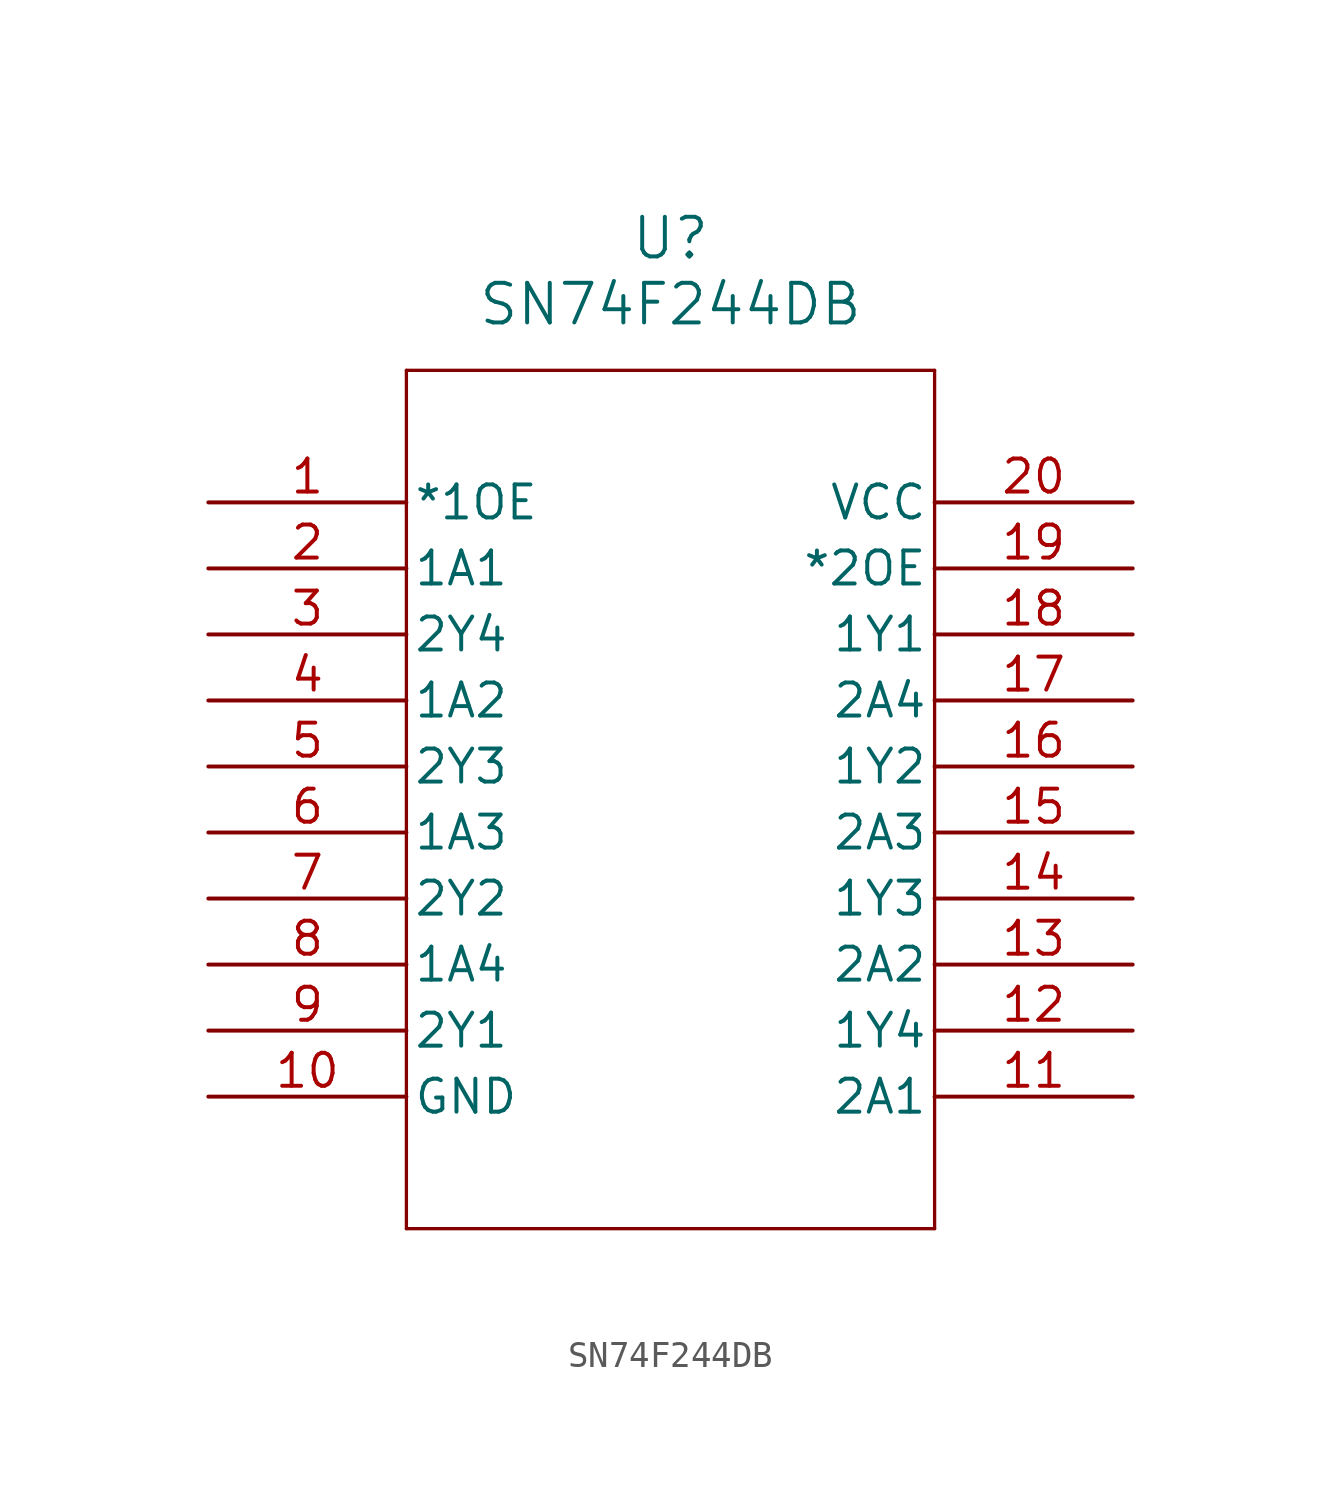
<source format=kicad_sym>
(kicad_symbol_lib
  (version 20241209)
  (generator "kicad_symbol_editor")
  (generator_version "9.0")
  (symbol "SN74F244DB"
    (pin_names
      (offset 0.254))
    (property "Reference" "U"
      (at 30.48 10.16 0)
      (effects (font (size 1.524 1.524))))
    (property "Value" "SN74F244DB"
      (at 30.48 7.62 0)
      (effects (font (size 1.524 1.524))))
    (property "ki_locked" ""
      (at 0 0 0)
      (effects (font (size 1.27 1.27))))
    (symbol "SN74F244DB_0_1"
      (polyline (pts (xy 20.32 5.08) (xy 20.32 -27.94)) (stroke (width 0.127) (type default)) (fill (type none)))
      (polyline (pts (xy 20.32 -27.94) (xy 40.64 -27.94)) (stroke (width 0.127) (type default)) (fill (type none)))
      (polyline (pts (xy 40.64 5.08) (xy 20.32 5.08)) (stroke (width 0.127) (type default)) (fill (type none)))
      (polyline (pts (xy 40.64 -27.94) (xy 40.64 5.08)) (stroke (width 0.127) (type default)) (fill (type none)))
      (pin input line (at 12.7 0 0) (length 7.62) (name "*1OE" (effects (font (size 1.27 1.27)))) (number "1" (effects (font (size 1.27 1.27)))))
      (pin input line (at 12.7 -2.54 0) (length 7.62) (name "1A1" (effects (font (size 1.27 1.27)))) (number "2" (effects (font (size 1.27 1.27)))))
      (pin output line (at 12.7 -5.08 0) (length 7.62) (name "2Y4" (effects (font (size 1.27 1.27)))) (number "3" (effects (font (size 1.27 1.27)))))
      (pin input line (at 12.7 -7.62 0) (length 7.62) (name "1A2" (effects (font (size 1.27 1.27)))) (number "4" (effects (font (size 1.27 1.27)))))
      (pin output line (at 12.7 -10.16 0) (length 7.62) (name "2Y3" (effects (font (size 1.27 1.27)))) (number "5" (effects (font (size 1.27 1.27)))))
      (pin input line (at 12.7 -12.7 0) (length 7.62) (name "1A3" (effects (font (size 1.27 1.27)))) (number "6" (effects (font (size 1.27 1.27)))))
      (pin output line (at 12.7 -15.24 0) (length 7.62) (name "2Y2" (effects (font (size 1.27 1.27)))) (number "7" (effects (font (size 1.27 1.27)))))
      (pin input line (at 12.7 -17.78 0) (length 7.62) (name "1A4" (effects (font (size 1.27 1.27)))) (number "8" (effects (font (size 1.27 1.27)))))
      (pin output line (at 12.7 -20.32 0) (length 7.62) (name "2Y1" (effects (font (size 1.27 1.27)))) (number "9" (effects (font (size 1.27 1.27)))))
      (pin power_in line (at 12.7 -22.86 0) (length 7.62) (name "GND" (effects (font (size 1.27 1.27)))) (number "10" (effects (font (size 1.27 1.27)))))
      (pin power_in line (at 48.26 0 180) (length 7.62) (name "VCC" (effects (font (size 1.27 1.27)))) (number "20" (effects (font (size 1.27 1.27)))))
      (pin input line (at 48.26 -2.54 180) (length 7.62) (name "*2OE" (effects (font (size 1.27 1.27)))) (number "19" (effects (font (size 1.27 1.27)))))
      (pin output line (at 48.26 -5.08 180) (length 7.62) (name "1Y1" (effects (font (size 1.27 1.27)))) (number "18" (effects (font (size 1.27 1.27)))))
      (pin input line (at 48.26 -7.62 180) (length 7.62) (name "2A4" (effects (font (size 1.27 1.27)))) (number "17" (effects (font (size 1.27 1.27)))))
      (pin output line (at 48.26 -10.16 180) (length 7.62) (name "1Y2" (effects (font (size 1.27 1.27)))) (number "16" (effects (font (size 1.27 1.27)))))
      (pin input line (at 48.26 -12.7 180) (length 7.62) (name "2A3" (effects (font (size 1.27 1.27)))) (number "15" (effects (font (size 1.27 1.27)))))
      (pin output line (at 48.26 -15.24 180) (length 7.62) (name "1Y3" (effects (font (size 1.27 1.27)))) (number "14" (effects (font (size 1.27 1.27)))))
      (pin input line (at 48.26 -17.78 180) (length 7.62) (name "2A2" (effects (font (size 1.27 1.27)))) (number "13" (effects (font (size 1.27 1.27)))))
      (pin output line (at 48.26 -20.32 180) (length 7.62) (name "1Y4" (effects (font (size 1.27 1.27)))) (number "12" (effects (font (size 1.27 1.27)))))
      (pin input line (at 48.26 -22.86 180) (length 7.62) (name "2A1" (effects (font (size 1.27 1.27)))) (number "11" (effects (font (size 1.27 1.27))))))))
</source>
